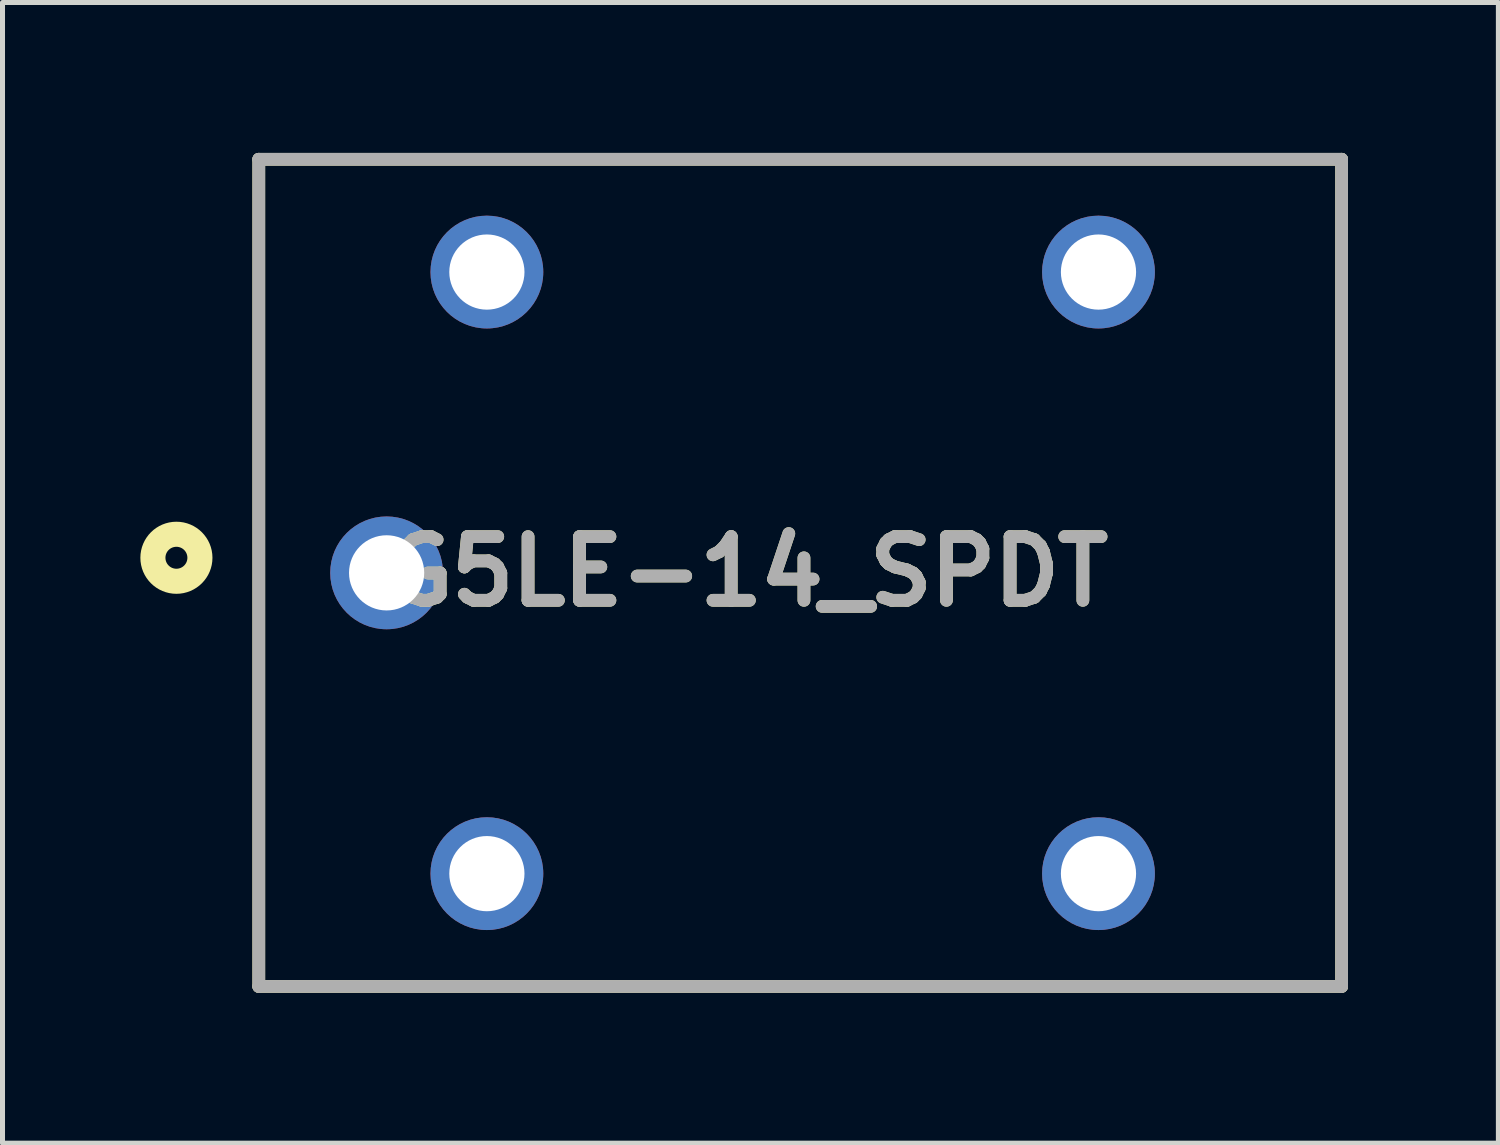
<source format=kicad_pcb>
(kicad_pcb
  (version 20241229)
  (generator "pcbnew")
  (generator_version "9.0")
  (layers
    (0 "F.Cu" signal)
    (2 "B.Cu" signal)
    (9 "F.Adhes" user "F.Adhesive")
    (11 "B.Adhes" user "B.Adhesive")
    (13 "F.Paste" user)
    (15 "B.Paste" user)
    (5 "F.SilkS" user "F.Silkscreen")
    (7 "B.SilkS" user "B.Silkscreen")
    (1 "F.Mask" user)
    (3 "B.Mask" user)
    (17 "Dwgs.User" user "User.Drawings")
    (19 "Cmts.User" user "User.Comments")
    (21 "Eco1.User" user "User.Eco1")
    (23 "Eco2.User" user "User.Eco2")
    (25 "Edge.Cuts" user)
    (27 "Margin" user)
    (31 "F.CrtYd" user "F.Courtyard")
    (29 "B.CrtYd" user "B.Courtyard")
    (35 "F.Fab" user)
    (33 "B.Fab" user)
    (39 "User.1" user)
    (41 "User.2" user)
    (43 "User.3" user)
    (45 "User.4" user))
  (footprint "G5LE-14_SPDT"
    (layer "F.Cu")
    (at 6.662 14.377)
    (property "Reference" "G5LE-14_SPDT" (at 5.206 -6.027 0) (layer "F.SilkS") (effects (font (size 1.27 1.27) (thickness 0.254))))
    (attr through_hole)
    (fp_line (start -4.55 -14.25) (end -4.55 2.25) (stroke (width 0.254) (type solid)) (layer "F.SilkS"))
    (fp_line (start -4.55 2.25) (end 17.05 2.25) (stroke (width 0.254) (type solid)) (layer "F.SilkS"))
    (fp_line (start 17.05 -14.25) (end -4.55 -14.25) (stroke (width 0.254) (type solid)) (layer "F.SilkS"))
    (fp_line (start 17.05 2.25) (end 17.05 -14.25) (stroke (width 0.254) (type solid)) (layer "F.SilkS"))
    (fp_circle (center -6.193 -6.301) (end -6.193 -6.082) (stroke (width 0.5) (type solid)) (fill no) (layer "F.SilkS"))
    (fp_line (start -4.55 -14.25) (end 17.05 -14.25) (stroke (width 0.254) (type solid)) (layer "F.Fab"))
    (fp_line (start -4.55 2.25) (end -4.55 -14.25) (stroke (width 0.254) (type solid)) (layer "F.Fab"))
    (fp_line (start 17.05 -14.25) (end 17.05 2.25) (stroke (width 0.254) (type solid)) (layer "F.Fab"))
    (fp_line (start 17.05 2.25) (end -4.55 2.25) (stroke (width 0.254) (type solid)) (layer "F.Fab"))
    (fp_text user "${REFERENCE}" (at 5.206 -6.027 0) (layer "F.Fab") (effects (font (size 1.27 1.27) (thickness 0.254))))
    (pad "1" thru_hole circle (at -2 -6) (size 2.25 2.25) (drill 1.5) (layers "*.Cu" "*.Mask"))
    (pad "2" thru_hole circle (at 0 0) (size 2.25 2.25) (drill 1.5) (layers "*.Cu" "*.Mask"))
    (pad "3" thru_hole circle (at 12.2 0) (size 2.25 2.25) (drill 1.5) (layers "*.Cu" "*.Mask"))
    (pad "4" thru_hole circle (at 12.2 -12) (size 2.25 2.25) (drill 1.5) (layers "*.Cu" "*.Mask"))
    (pad "5" thru_hole circle (at 0 -12) (size 2.25 2.25) (drill 1.5) (layers "*.Cu" "*.Mask")))
  (gr_rect
    (start -3 -3)
    (end 26.839 19.754)
    (stroke (width 0.1) (type default))
    (fill no)
    (layer "Edge.Cuts")))
</source>
